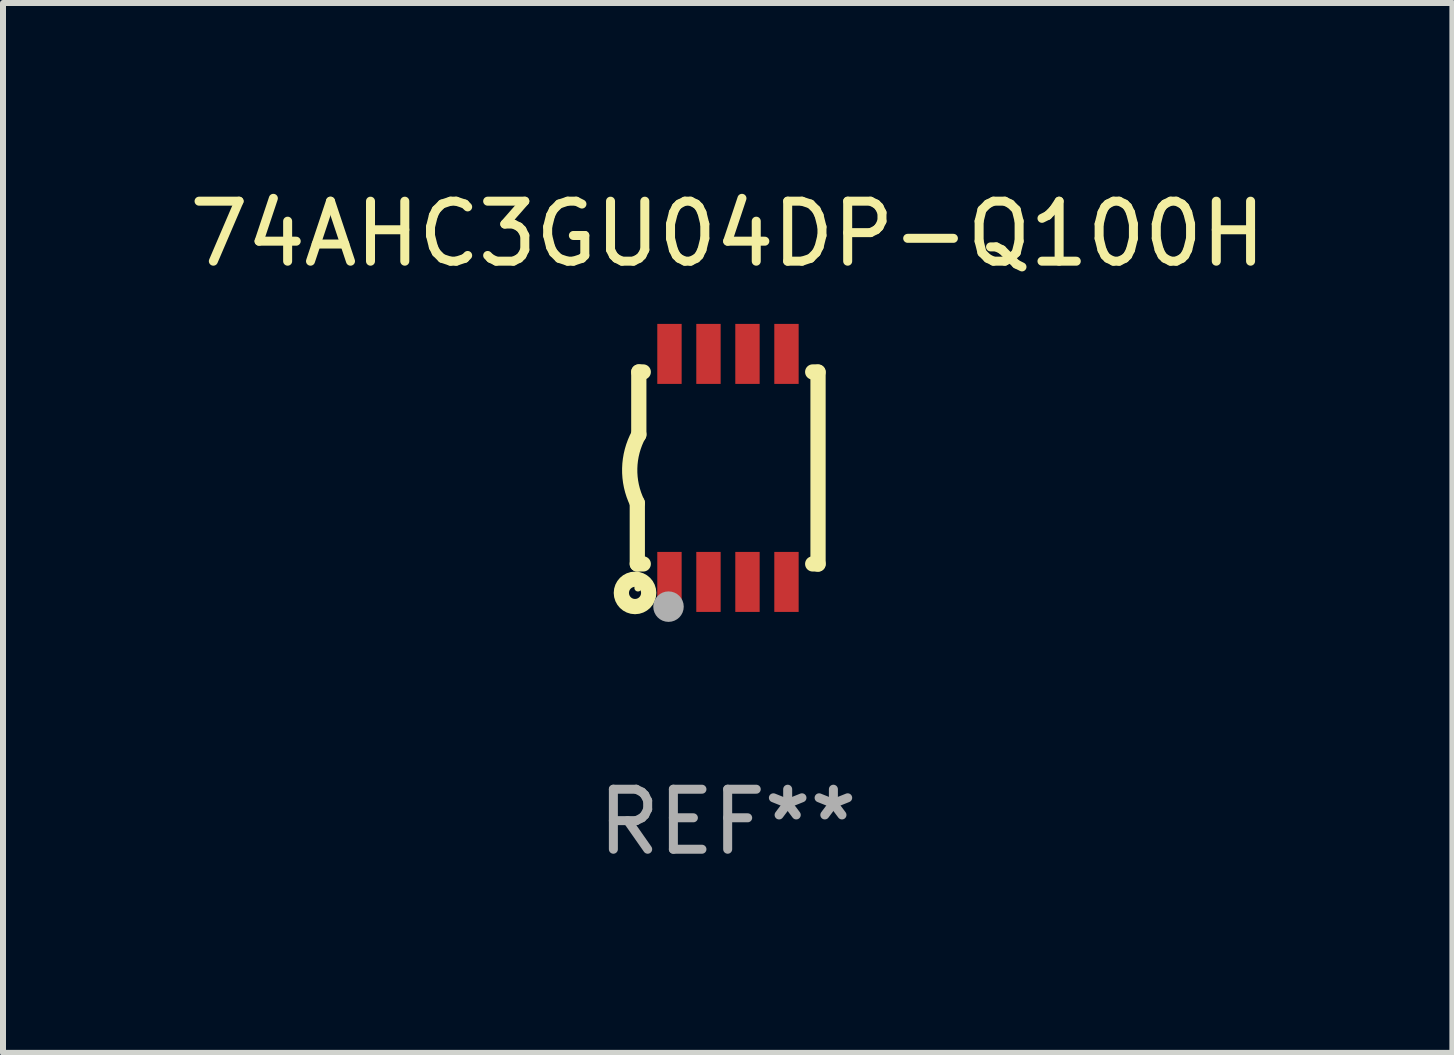
<source format=kicad_pcb>
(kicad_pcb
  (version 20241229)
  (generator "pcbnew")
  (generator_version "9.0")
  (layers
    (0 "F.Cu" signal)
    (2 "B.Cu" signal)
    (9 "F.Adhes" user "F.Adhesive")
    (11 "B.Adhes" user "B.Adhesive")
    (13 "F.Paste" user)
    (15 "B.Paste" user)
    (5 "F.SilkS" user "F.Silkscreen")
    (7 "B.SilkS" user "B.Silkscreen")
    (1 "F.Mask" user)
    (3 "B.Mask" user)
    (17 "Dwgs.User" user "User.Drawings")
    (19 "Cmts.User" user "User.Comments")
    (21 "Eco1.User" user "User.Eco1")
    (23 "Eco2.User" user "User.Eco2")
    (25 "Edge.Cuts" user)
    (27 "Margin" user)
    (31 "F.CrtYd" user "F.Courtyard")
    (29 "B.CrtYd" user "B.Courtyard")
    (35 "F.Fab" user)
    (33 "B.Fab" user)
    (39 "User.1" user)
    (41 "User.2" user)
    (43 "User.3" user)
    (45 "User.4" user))
  (footprint "74AHC3GU04DP-Q100H"
    (layer "F.Cu")
    (at 9.077 4.748)
    (property "Reference" "74AHC3GU04DP-Q100H" (at 0 -3.9 0) (layer "F.SilkS") (effects (font (size 1 1) (thickness 0.15))))
    (attr through_hole)
    (fp_line (start -1.506 1.6) (end -1.506 0.584) (stroke (width 0.254) (type solid)) (layer "F.SilkS"))
    (fp_line (start -1.506 1.6) (end -1.407 1.6) (stroke (width 0.254) (type solid)) (layer "F.SilkS"))
    (fp_line (start -1.481 -1.599) (end -1.481 -0.549) (stroke (width 0.254) (type solid)) (layer "F.SilkS"))
    (fp_line (start -1.481 -1.599) (end -1.407 -1.599) (stroke (width 0.254) (type solid)) (layer "F.SilkS"))
    (fp_line (start 1.417 -1.599) (end 1.506 -1.599) (stroke (width 0.254) (type solid)) (layer "F.SilkS"))
    (fp_line (start 1.417 1.6) (end 1.506 1.6) (stroke (width 0.254) (type solid)) (layer "F.SilkS"))
    (fp_line (start 1.506 1.603) (end 1.506 -1.595) (stroke (width 0.254) (type solid)) (layer "F.SilkS"))
    (fp_arc (start -1.506223 0.584328) (mid -1.632455 0.00974) (end -1.480823 -0.558674) (stroke (width 0.254001) (type solid)) (layer "F.SilkS"))
    (fp_circle (center -1.544 2.083) (end -1.443 2.083) (stroke (width 0.254) (type solid)) (fill no) (layer "F.SilkS"))
    (fp_circle (center -1.495 2) (end -1.465 2) (stroke (width 0.06) (type solid)) (fill no) (layer "F.SilkS"))
    (fp_circle (center -0.986 2.312) (end -0.859 2.312) (stroke (width 0.254) (type solid)) (fill no) (layer "F.Fab"))
    (fp_text user "REF**" (at 0 5.9 0) (layer "F.Fab") (effects (font (size 1 1) (thickness 0.15))))
    (pad "1" smd rect (at -0.97 1.9 90) (size 1 0.406) (layers "F.Cu" "F.Mask" "F.Paste"))
    (pad "2" smd rect (at -0.32 1.9 90) (size 1 0.406) (layers "F.Cu" "F.Mask" "F.Paste"))
    (pad "3" smd rect (at 0.33 1.9 90) (size 1 0.406) (layers "F.Cu" "F.Mask" "F.Paste"))
    (pad "4" smd rect (at 0.98 1.9 90) (size 1 0.406) (layers "F.Cu" "F.Mask" "F.Paste"))
    (pad "5" smd rect (at 0.98 -1.9 90) (size 1 0.406) (layers "F.Cu" "F.Mask" "F.Paste"))
    (pad "6" smd rect (at 0.33 -1.9 90) (size 1 0.406) (layers "F.Cu" "F.Mask" "F.Paste"))
    (pad "7" smd rect (at -0.32 -1.9 90) (size 1 0.406) (layers "F.Cu" "F.Mask" "F.Paste"))
    (pad "8" smd rect (at -0.97 -1.9 90) (size 1 0.406) (layers "F.Cu" "F.Mask" "F.Paste")))
  (gr_rect
    (start -3 -3)
    (end 21.155 14.497)
    (stroke (width 0.1) (type default))
    (fill no)
    (layer "Edge.Cuts")))
</source>
